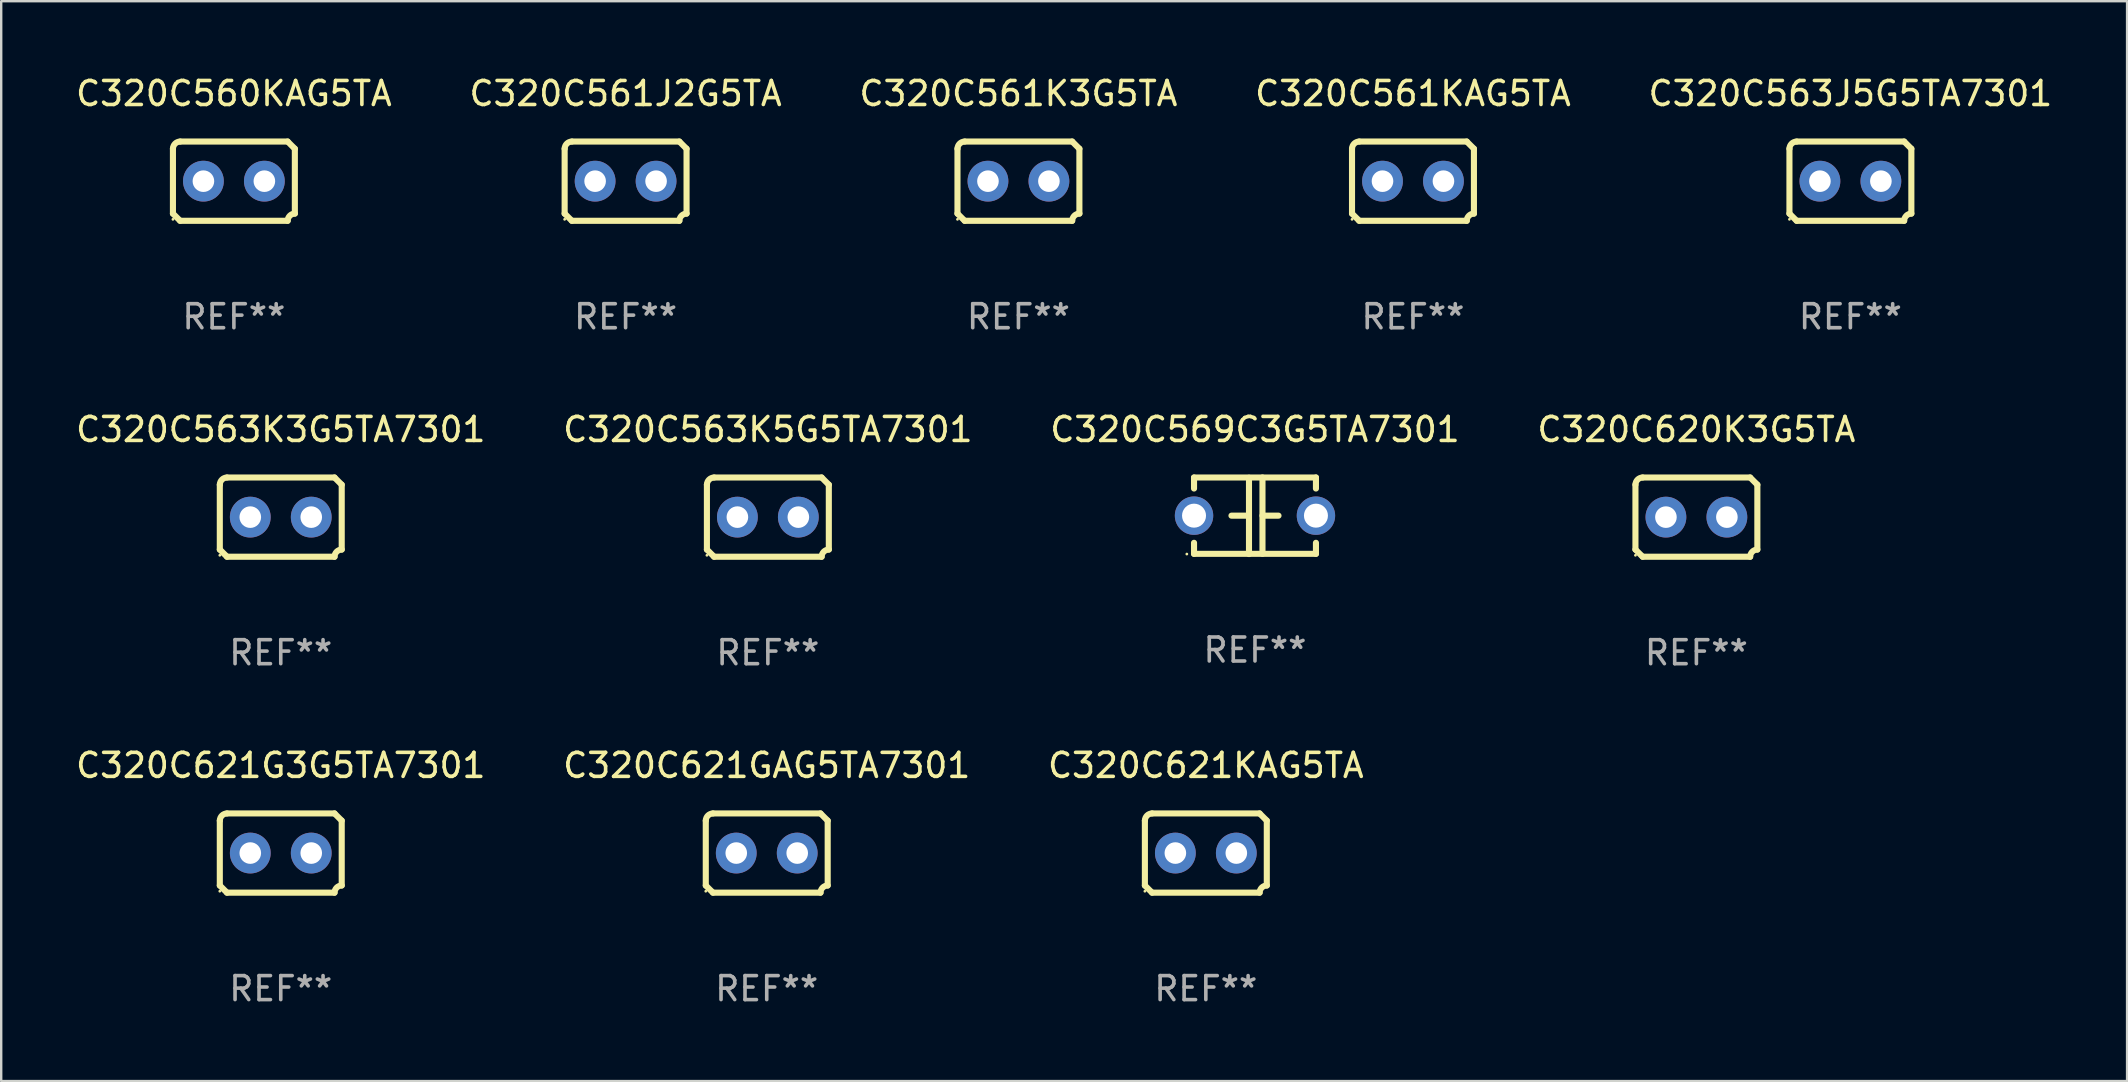
<source format=kicad_pcb>
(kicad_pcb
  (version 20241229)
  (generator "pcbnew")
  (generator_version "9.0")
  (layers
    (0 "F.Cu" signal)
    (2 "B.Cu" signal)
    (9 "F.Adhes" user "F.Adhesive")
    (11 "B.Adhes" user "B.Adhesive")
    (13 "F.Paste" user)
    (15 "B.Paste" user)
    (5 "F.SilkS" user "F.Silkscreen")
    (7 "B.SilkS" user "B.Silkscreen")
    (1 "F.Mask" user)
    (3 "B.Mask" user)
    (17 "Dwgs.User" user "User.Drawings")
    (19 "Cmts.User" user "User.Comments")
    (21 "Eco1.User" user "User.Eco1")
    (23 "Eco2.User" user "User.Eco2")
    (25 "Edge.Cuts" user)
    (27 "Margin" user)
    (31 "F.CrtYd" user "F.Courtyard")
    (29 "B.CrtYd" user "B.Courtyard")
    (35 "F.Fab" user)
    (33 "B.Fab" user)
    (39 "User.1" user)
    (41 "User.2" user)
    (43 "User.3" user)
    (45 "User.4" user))
  (footprint "C320C563K3G5TA7301"
    (layer "F.Cu")
    (at 8.649 18.498)
    (property "Reference" "C320C563K3G5TA7301" (at 0 -3.651 0) (layer "F.SilkS") (effects (font (size 1 1) (thickness 0.15))))
    (attr through_hole)
    (fp_line (start -2.54 -1.351) (end -2.54 1.351) (stroke (width 0.254) (type solid)) (layer "F.SilkS"))
    (fp_line (start -2.24 -1.651) (end 2.24 -1.651) (stroke (width 0.254) (type solid)) (layer "F.SilkS"))
    (fp_line (start 2.24 1.651) (end -2.24 1.651) (stroke (width 0.254) (type solid)) (layer "F.SilkS"))
    (fp_line (start 2.54 1.351) (end 2.54 -1.351) (stroke (width 0.254) (type solid)) (layer "F.SilkS"))
    (fp_arc (start -2.540005 -1.351283) (mid -2.450115 -1.561309) (end -2.240005 -1.651003) (stroke (width 0.254001) (type solid)) (layer "F.SilkS"))
    (fp_arc (start -2.240287 1.651001) (mid -2.390163 1.501019) (end -2.540005 1.351003) (stroke (width 0.254001) (type solid)) (layer "F.SilkS"))
    (fp_arc (start 2.240005 1.651003) (mid 2.329934 1.441015) (end 2.540005 1.351282) (stroke (width 0.254001) (type solid)) (layer "F.SilkS"))
    (fp_arc (start 2.540005 -1.351003) (mid 2.389393 -1.500252) (end 2.240284 -1.651003) (stroke (width 0.254001) (type solid)) (layer "F.SilkS"))
    (fp_circle (center -2.54 1.59) (end -2.51 1.59) (stroke (width 0.06) (type solid)) (fill no) (layer "F.SilkS"))
    (fp_text user "REF**" (at 0 5.651 0) (layer "F.Fab") (effects (font (size 1 1) (thickness 0.15))))
    (pad "1" thru_hole circle (at -1.27 0) (size 1.7 1.7) (drill 0.9) (layers "*.Cu" "*.Mask"))
    (pad "2" thru_hole circle (at 1.27 0) (size 1.7 1.7) (drill 0.9) (layers "*.Cu" "*.Mask")))
  (footprint "C320C561K3G5TA"
    (layer "F.Cu")
    (at 39.387 4.499)
    (property "Reference" "C320C561K3G5TA" (at 0 -3.651 0) (layer "F.SilkS") (effects (font (size 1 1) (thickness 0.15))))
    (attr through_hole)
    (fp_line (start -2.54 -1.351) (end -2.54 1.351) (stroke (width 0.254) (type solid)) (layer "F.SilkS"))
    (fp_line (start -2.24 -1.651) (end 2.24 -1.651) (stroke (width 0.254) (type solid)) (layer "F.SilkS"))
    (fp_line (start 2.24 1.651) (end -2.24 1.651) (stroke (width 0.254) (type solid)) (layer "F.SilkS"))
    (fp_line (start 2.54 1.351) (end 2.54 -1.351) (stroke (width 0.254) (type solid)) (layer "F.SilkS"))
    (fp_arc (start -2.540005 -1.351283) (mid -2.450115 -1.561309) (end -2.240005 -1.651003) (stroke (width 0.254001) (type solid)) (layer "F.SilkS"))
    (fp_arc (start -2.240287 1.651001) (mid -2.390163 1.501019) (end -2.540005 1.351003) (stroke (width 0.254001) (type solid)) (layer "F.SilkS"))
    (fp_arc (start 2.240005 1.651003) (mid 2.329934 1.441015) (end 2.540005 1.351282) (stroke (width 0.254001) (type solid)) (layer "F.SilkS"))
    (fp_arc (start 2.540005 -1.351003) (mid 2.389393 -1.500252) (end 2.240284 -1.651003) (stroke (width 0.254001) (type solid)) (layer "F.SilkS"))
    (fp_circle (center -2.54 1.59) (end -2.51 1.59) (stroke (width 0.06) (type solid)) (fill no) (layer "F.SilkS"))
    (fp_text user "REF**" (at 0 5.651 0) (layer "F.Fab") (effects (font (size 1 1) (thickness 0.15))))
    (pad "1" thru_hole circle (at -1.27 0) (size 1.7 1.7) (drill 0.9) (layers "*.Cu" "*.Mask"))
    (pad "2" thru_hole circle (at 1.27 0) (size 1.7 1.7) (drill 0.9) (layers "*.Cu" "*.Mask")))
  (footprint "C320C563J5G5TA7301"
    (layer "F.Cu")
    (at 74.054 4.499)
    (property "Reference" "C320C563J5G5TA7301" (at 0 -3.651 0) (layer "F.SilkS") (effects (font (size 1 1) (thickness 0.15))))
    (attr through_hole)
    (fp_line (start -2.54 -1.351) (end -2.54 1.351) (stroke (width 0.254) (type solid)) (layer "F.SilkS"))
    (fp_line (start -2.24 -1.651) (end 2.24 -1.651) (stroke (width 0.254) (type solid)) (layer "F.SilkS"))
    (fp_line (start 2.24 1.651) (end -2.24 1.651) (stroke (width 0.254) (type solid)) (layer "F.SilkS"))
    (fp_line (start 2.54 1.351) (end 2.54 -1.351) (stroke (width 0.254) (type solid)) (layer "F.SilkS"))
    (fp_arc (start -2.540005 -1.351283) (mid -2.450115 -1.561309) (end -2.240005 -1.651003) (stroke (width 0.254001) (type solid)) (layer "F.SilkS"))
    (fp_arc (start -2.240287 1.651001) (mid -2.390163 1.501019) (end -2.540005 1.351003) (stroke (width 0.254001) (type solid)) (layer "F.SilkS"))
    (fp_arc (start 2.240005 1.651003) (mid 2.329934 1.441015) (end 2.540005 1.351282) (stroke (width 0.254001) (type solid)) (layer "F.SilkS"))
    (fp_arc (start 2.540005 -1.351003) (mid 2.389393 -1.500252) (end 2.240284 -1.651003) (stroke (width 0.254001) (type solid)) (layer "F.SilkS"))
    (fp_circle (center -2.54 1.59) (end -2.51 1.59) (stroke (width 0.06) (type solid)) (fill no) (layer "F.SilkS"))
    (fp_text user "REF**" (at 0 5.651 0) (layer "F.Fab") (effects (font (size 1 1) (thickness 0.15))))
    (pad "1" thru_hole circle (at -1.27 0) (size 1.7 1.7) (drill 0.9) (layers "*.Cu" "*.Mask"))
    (pad "2" thru_hole circle (at 1.27 0) (size 1.7 1.7) (drill 0.9) (layers "*.Cu" "*.Mask")))
  (footprint "C320C563K5G5TA7301"
    (layer "F.Cu")
    (at 28.946 18.498)
    (property "Reference" "C320C563K5G5TA7301" (at 0 -3.651 0) (layer "F.SilkS") (effects (font (size 1 1) (thickness 0.15))))
    (attr through_hole)
    (fp_line (start -2.54 -1.351) (end -2.54 1.351) (stroke (width 0.254) (type solid)) (layer "F.SilkS"))
    (fp_line (start -2.24 -1.651) (end 2.24 -1.651) (stroke (width 0.254) (type solid)) (layer "F.SilkS"))
    (fp_line (start 2.24 1.651) (end -2.24 1.651) (stroke (width 0.254) (type solid)) (layer "F.SilkS"))
    (fp_line (start 2.54 1.351) (end 2.54 -1.351) (stroke (width 0.254) (type solid)) (layer "F.SilkS"))
    (fp_arc (start -2.540005 -1.351283) (mid -2.450115 -1.561309) (end -2.240005 -1.651003) (stroke (width 0.254001) (type solid)) (layer "F.SilkS"))
    (fp_arc (start -2.240287 1.651001) (mid -2.390163 1.501019) (end -2.540005 1.351003) (stroke (width 0.254001) (type solid)) (layer "F.SilkS"))
    (fp_arc (start 2.240005 1.651003) (mid 2.329934 1.441015) (end 2.540005 1.351282) (stroke (width 0.254001) (type solid)) (layer "F.SilkS"))
    (fp_arc (start 2.540005 -1.351003) (mid 2.389393 -1.500252) (end 2.240284 -1.651003) (stroke (width 0.254001) (type solid)) (layer "F.SilkS"))
    (fp_circle (center -2.54 1.59) (end -2.51 1.59) (stroke (width 0.06) (type solid)) (fill no) (layer "F.SilkS"))
    (fp_text user "REF**" (at 0 5.651 0) (layer "F.Fab") (effects (font (size 1 1) (thickness 0.15))))
    (pad "1" thru_hole circle (at -1.27 0) (size 1.7 1.7) (drill 0.9) (layers "*.Cu" "*.Mask"))
    (pad "2" thru_hole circle (at 1.27 0) (size 1.7 1.7) (drill 0.9) (layers "*.Cu" "*.Mask")))
  (footprint "C320C569C3G5TA7301"
    (layer "F.Cu")
    (at 49.244 18.442)
    (property "Reference" "C320C569C3G5TA7301" (at 0 -3.595 0) (layer "F.SilkS") (effects (font (size 1 1) (thickness 0.15))))
    (attr through_hole)
    (fp_line (start -2.54 -1.595) (end -2.54 -1.136) (stroke (width 0.254) (type solid)) (layer "F.SilkS"))
    (fp_line (start -2.54 -1.595) (end 2.54 -1.595) (stroke (width 0.254) (type solid)) (layer "F.SilkS"))
    (fp_line (start -2.54 1.126) (end -2.54 1.585) (stroke (width 0.254) (type solid)) (layer "F.SilkS"))
    (fp_line (start -0.312 -0.005) (end -0.98 -0.005) (stroke (width 0.254) (type solid)) (layer "F.SilkS"))
    (fp_line (start -0.25 -1.585) (end -0.25 1.595) (stroke (width 0.254) (type solid)) (layer "F.SilkS"))
    (fp_line (start 0.312 -1.595) (end 0.312 1.585) (stroke (width 0.254) (type solid)) (layer "F.SilkS"))
    (fp_line (start 0.312 -0.005) (end 0.98 -0.005) (stroke (width 0.254) (type solid)) (layer "F.SilkS"))
    (fp_line (start 2.54 -1.595) (end 2.54 -1.136) (stroke (width 0.254) (type solid)) (layer "F.SilkS"))
    (fp_line (start 2.54 1.126) (end 2.54 1.585) (stroke (width 0.254) (type solid)) (layer "F.SilkS"))
    (fp_line (start 2.54 1.585) (end -2.54 1.585) (stroke (width 0.254) (type solid)) (layer "F.SilkS"))
    (fp_circle (center -2.84 1.595) (end -2.81 1.595) (stroke (width 0.06) (type solid)) (fill no) (layer "F.SilkS"))
    (fp_text user "REF**" (at 0 5.595 0) (layer "F.Fab") (effects (font (size 1 1) (thickness 0.15))))
    (pad "1" thru_hole circle (at -2.54 -0.005) (size 1.6 1.6) (drill 1) (layers "*.Cu" "*.Mask"))
    (pad "2" thru_hole circle (at 2.54 -0.005) (size 1.6 1.6) (drill 1) (layers "*.Cu" "*.Mask")))
  (footprint "C320C620K3G5TA"
    (layer "F.Cu")
    (at 67.637 18.498)
    (property "Reference" "C320C620K3G5TA" (at 0 -3.651 0) (layer "F.SilkS") (effects (font (size 1 1) (thickness 0.15))))
    (attr through_hole)
    (fp_line (start -2.54 -1.351) (end -2.54 1.351) (stroke (width 0.254) (type solid)) (layer "F.SilkS"))
    (fp_line (start -2.24 -1.651) (end 2.24 -1.651) (stroke (width 0.254) (type solid)) (layer "F.SilkS"))
    (fp_line (start 2.24 1.651) (end -2.24 1.651) (stroke (width 0.254) (type solid)) (layer "F.SilkS"))
    (fp_line (start 2.54 1.351) (end 2.54 -1.351) (stroke (width 0.254) (type solid)) (layer "F.SilkS"))
    (fp_arc (start -2.540005 -1.351283) (mid -2.450115 -1.561309) (end -2.240005 -1.651003) (stroke (width 0.254001) (type solid)) (layer "F.SilkS"))
    (fp_arc (start -2.240287 1.651001) (mid -2.390163 1.501019) (end -2.540005 1.351003) (stroke (width 0.254001) (type solid)) (layer "F.SilkS"))
    (fp_arc (start 2.240005 1.651003) (mid 2.329934 1.441015) (end 2.540005 1.351282) (stroke (width 0.254001) (type solid)) (layer "F.SilkS"))
    (fp_arc (start 2.540005 -1.351003) (mid 2.389393 -1.500252) (end 2.240284 -1.651003) (stroke (width 0.254001) (type solid)) (layer "F.SilkS"))
    (fp_circle (center -2.54 1.59) (end -2.51 1.59) (stroke (width 0.06) (type solid)) (fill no) (layer "F.SilkS"))
    (fp_text user "REF**" (at 0 5.651 0) (layer "F.Fab") (effects (font (size 1 1) (thickness 0.15))))
    (pad "1" thru_hole circle (at -1.27 0) (size 1.7 1.7) (drill 0.9) (layers "*.Cu" "*.Mask"))
    (pad "2" thru_hole circle (at 1.27 0) (size 1.7 1.7) (drill 0.9) (layers "*.Cu" "*.Mask")))
  (footprint "C320C561J2G5TA"
    (layer "F.Cu")
    (at 23.018 4.499)
    (property "Reference" "C320C561J2G5TA" (at 0 -3.651 0) (layer "F.SilkS") (effects (font (size 1 1) (thickness 0.15))))
    (attr through_hole)
    (fp_line (start -2.54 -1.351) (end -2.54 1.351) (stroke (width 0.254) (type solid)) (layer "F.SilkS"))
    (fp_line (start -2.24 -1.651) (end 2.24 -1.651) (stroke (width 0.254) (type solid)) (layer "F.SilkS"))
    (fp_line (start 2.24 1.651) (end -2.24 1.651) (stroke (width 0.254) (type solid)) (layer "F.SilkS"))
    (fp_line (start 2.54 1.351) (end 2.54 -1.351) (stroke (width 0.254) (type solid)) (layer "F.SilkS"))
    (fp_arc (start -2.540005 -1.351283) (mid -2.450115 -1.561309) (end -2.240005 -1.651003) (stroke (width 0.254001) (type solid)) (layer "F.SilkS"))
    (fp_arc (start -2.240287 1.651001) (mid -2.390163 1.501019) (end -2.540005 1.351003) (stroke (width 0.254001) (type solid)) (layer "F.SilkS"))
    (fp_arc (start 2.240005 1.651003) (mid 2.329934 1.441015) (end 2.540005 1.351282) (stroke (width 0.254001) (type solid)) (layer "F.SilkS"))
    (fp_arc (start 2.540005 -1.351003) (mid 2.389393 -1.500252) (end 2.240284 -1.651003) (stroke (width 0.254001) (type solid)) (layer "F.SilkS"))
    (fp_circle (center -2.54 1.59) (end -2.51 1.59) (stroke (width 0.06) (type solid)) (fill no) (layer "F.SilkS"))
    (fp_text user "REF**" (at 0 5.651 0) (layer "F.Fab") (effects (font (size 1 1) (thickness 0.15))))
    (pad "1" thru_hole circle (at -1.27 0) (size 1.7 1.7) (drill 0.9) (layers "*.Cu" "*.Mask"))
    (pad "2" thru_hole circle (at 1.27 0) (size 1.7 1.7) (drill 0.9) (layers "*.Cu" "*.Mask")))
  (footprint "C320C560KAG5TA"
    (layer "F.Cu")
    (at 6.696 4.499)
    (property "Reference" "C320C560KAG5TA" (at 0 -3.651 0) (layer "F.SilkS") (effects (font (size 1 1) (thickness 0.15))))
    (attr through_hole)
    (fp_line (start -2.54 -1.351) (end -2.54 1.351) (stroke (width 0.254) (type solid)) (layer "F.SilkS"))
    (fp_line (start -2.24 -1.651) (end 2.24 -1.651) (stroke (width 0.254) (type solid)) (layer "F.SilkS"))
    (fp_line (start 2.24 1.651) (end -2.24 1.651) (stroke (width 0.254) (type solid)) (layer "F.SilkS"))
    (fp_line (start 2.54 1.351) (end 2.54 -1.351) (stroke (width 0.254) (type solid)) (layer "F.SilkS"))
    (fp_arc (start -2.540005 -1.351283) (mid -2.450115 -1.561309) (end -2.240005 -1.651003) (stroke (width 0.254001) (type solid)) (layer "F.SilkS"))
    (fp_arc (start -2.240287 1.651001) (mid -2.390163 1.501019) (end -2.540005 1.351003) (stroke (width 0.254001) (type solid)) (layer "F.SilkS"))
    (fp_arc (start 2.240005 1.651003) (mid 2.329934 1.441015) (end 2.540005 1.351282) (stroke (width 0.254001) (type solid)) (layer "F.SilkS"))
    (fp_arc (start 2.540005 -1.351003) (mid 2.389393 -1.500252) (end 2.240284 -1.651003) (stroke (width 0.254001) (type solid)) (layer "F.SilkS"))
    (fp_circle (center -2.54 1.59) (end -2.51 1.59) (stroke (width 0.06) (type solid)) (fill no) (layer "F.SilkS"))
    (fp_text user "REF**" (at 0 5.651 0) (layer "F.Fab") (effects (font (size 1 1) (thickness 0.15))))
    (pad "1" thru_hole circle (at -1.27 0) (size 1.7 1.7) (drill 0.9) (layers "*.Cu" "*.Mask"))
    (pad "2" thru_hole circle (at 1.27 0) (size 1.7 1.7) (drill 0.9) (layers "*.Cu" "*.Mask")))
  (footprint "C320C621GAG5TA7301"
    (layer "F.Cu")
    (at 28.899 32.496)
    (property "Reference" "C320C621GAG5TA7301" (at 0 -3.651 0) (layer "F.SilkS") (effects (font (size 1 1) (thickness 0.15))))
    (attr through_hole)
    (fp_line (start -2.54 -1.351) (end -2.54 1.351) (stroke (width 0.254) (type solid)) (layer "F.SilkS"))
    (fp_line (start -2.24 -1.651) (end 2.24 -1.651) (stroke (width 0.254) (type solid)) (layer "F.SilkS"))
    (fp_line (start 2.24 1.651) (end -2.24 1.651) (stroke (width 0.254) (type solid)) (layer "F.SilkS"))
    (fp_line (start 2.54 1.351) (end 2.54 -1.351) (stroke (width 0.254) (type solid)) (layer "F.SilkS"))
    (fp_arc (start -2.540005 -1.351283) (mid -2.450115 -1.561309) (end -2.240005 -1.651003) (stroke (width 0.254001) (type solid)) (layer "F.SilkS"))
    (fp_arc (start -2.240287 1.651001) (mid -2.390163 1.501019) (end -2.540005 1.351003) (stroke (width 0.254001) (type solid)) (layer "F.SilkS"))
    (fp_arc (start 2.240005 1.651003) (mid 2.329934 1.441015) (end 2.540005 1.351282) (stroke (width 0.254001) (type solid)) (layer "F.SilkS"))
    (fp_arc (start 2.540005 -1.351003) (mid 2.389393 -1.500252) (end 2.240284 -1.651003) (stroke (width 0.254001) (type solid)) (layer "F.SilkS"))
    (fp_circle (center -2.54 1.59) (end -2.51 1.59) (stroke (width 0.06) (type solid)) (fill no) (layer "F.SilkS"))
    (fp_text user "REF**" (at 0 5.651 0) (layer "F.Fab") (effects (font (size 1 1) (thickness 0.15))))
    (pad "1" thru_hole circle (at -1.27 0) (size 1.7 1.7) (drill 0.9) (layers "*.Cu" "*.Mask"))
    (pad "2" thru_hole circle (at 1.27 0) (size 1.7 1.7) (drill 0.9) (layers "*.Cu" "*.Mask")))
  (footprint "C320C621KAG5TA"
    (layer "F.Cu")
    (at 47.196 32.496)
    (property "Reference" "C320C621KAG5TA" (at 0 -3.651 0) (layer "F.SilkS") (effects (font (size 1 1) (thickness 0.15))))
    (attr through_hole)
    (fp_line (start -2.54 -1.351) (end -2.54 1.351) (stroke (width 0.254) (type solid)) (layer "F.SilkS"))
    (fp_line (start -2.24 -1.651) (end 2.24 -1.651) (stroke (width 0.254) (type solid)) (layer "F.SilkS"))
    (fp_line (start 2.24 1.651) (end -2.24 1.651) (stroke (width 0.254) (type solid)) (layer "F.SilkS"))
    (fp_line (start 2.54 1.351) (end 2.54 -1.351) (stroke (width 0.254) (type solid)) (layer "F.SilkS"))
    (fp_arc (start -2.540005 -1.351283) (mid -2.450115 -1.561309) (end -2.240005 -1.651003) (stroke (width 0.254001) (type solid)) (layer "F.SilkS"))
    (fp_arc (start -2.240287 1.651001) (mid -2.390163 1.501019) (end -2.540005 1.351003) (stroke (width 0.254001) (type solid)) (layer "F.SilkS"))
    (fp_arc (start 2.240005 1.651003) (mid 2.329934 1.441015) (end 2.540005 1.351282) (stroke (width 0.254001) (type solid)) (layer "F.SilkS"))
    (fp_arc (start 2.540005 -1.351003) (mid 2.389393 -1.500252) (end 2.240284 -1.651003) (stroke (width 0.254001) (type solid)) (layer "F.SilkS"))
    (fp_circle (center -2.54 1.59) (end -2.51 1.59) (stroke (width 0.06) (type solid)) (fill no) (layer "F.SilkS"))
    (fp_text user "REF**" (at 0 5.651 0) (layer "F.Fab") (effects (font (size 1 1) (thickness 0.15))))
    (pad "1" thru_hole circle (at -1.27 0) (size 1.7 1.7) (drill 0.9) (layers "*.Cu" "*.Mask"))
    (pad "2" thru_hole circle (at 1.27 0) (size 1.7 1.7) (drill 0.9) (layers "*.Cu" "*.Mask")))
  (footprint "C320C561KAG5TA"
    (layer "F.Cu")
    (at 55.827 4.499)
    (property "Reference" "C320C561KAG5TA" (at 0 -3.651 0) (layer "F.SilkS") (effects (font (size 1 1) (thickness 0.15))))
    (attr through_hole)
    (fp_line (start -2.54 -1.351) (end -2.54 1.351) (stroke (width 0.254) (type solid)) (layer "F.SilkS"))
    (fp_line (start -2.24 -1.651) (end 2.24 -1.651) (stroke (width 0.254) (type solid)) (layer "F.SilkS"))
    (fp_line (start 2.24 1.651) (end -2.24 1.651) (stroke (width 0.254) (type solid)) (layer "F.SilkS"))
    (fp_line (start 2.54 1.351) (end 2.54 -1.351) (stroke (width 0.254) (type solid)) (layer "F.SilkS"))
    (fp_arc (start -2.540005 -1.351283) (mid -2.450115 -1.561309) (end -2.240005 -1.651003) (stroke (width 0.254001) (type solid)) (layer "F.SilkS"))
    (fp_arc (start -2.240287 1.651001) (mid -2.390163 1.501019) (end -2.540005 1.351003) (stroke (width 0.254001) (type solid)) (layer "F.SilkS"))
    (fp_arc (start 2.240005 1.651003) (mid 2.329934 1.441015) (end 2.540005 1.351282) (stroke (width 0.254001) (type solid)) (layer "F.SilkS"))
    (fp_arc (start 2.540005 -1.351003) (mid 2.389393 -1.500252) (end 2.240284 -1.651003) (stroke (width 0.254001) (type solid)) (layer "F.SilkS"))
    (fp_circle (center -2.54 1.59) (end -2.51 1.59) (stroke (width 0.06) (type solid)) (fill no) (layer "F.SilkS"))
    (fp_text user "REF**" (at 0 5.651 0) (layer "F.Fab") (effects (font (size 1 1) (thickness 0.15))))
    (pad "1" thru_hole circle (at -1.27 0) (size 1.7 1.7) (drill 0.9) (layers "*.Cu" "*.Mask"))
    (pad "2" thru_hole circle (at 1.27 0) (size 1.7 1.7) (drill 0.9) (layers "*.Cu" "*.Mask")))
  (footprint "C320C621G3G5TA7301"
    (layer "F.Cu")
    (at 8.649 32.496)
    (property "Reference" "C320C621G3G5TA7301" (at 0 -3.651 0) (layer "F.SilkS") (effects (font (size 1 1) (thickness 0.15))))
    (attr through_hole)
    (fp_line (start -2.54 -1.351) (end -2.54 1.351) (stroke (width 0.254) (type solid)) (layer "F.SilkS"))
    (fp_line (start -2.24 -1.651) (end 2.24 -1.651) (stroke (width 0.254) (type solid)) (layer "F.SilkS"))
    (fp_line (start 2.24 1.651) (end -2.24 1.651) (stroke (width 0.254) (type solid)) (layer "F.SilkS"))
    (fp_line (start 2.54 1.351) (end 2.54 -1.351) (stroke (width 0.254) (type solid)) (layer "F.SilkS"))
    (fp_arc (start -2.540005 -1.351283) (mid -2.450115 -1.561309) (end -2.240005 -1.651003) (stroke (width 0.254001) (type solid)) (layer "F.SilkS"))
    (fp_arc (start -2.240287 1.651001) (mid -2.390163 1.501019) (end -2.540005 1.351003) (stroke (width 0.254001) (type solid)) (layer "F.SilkS"))
    (fp_arc (start 2.240005 1.651003) (mid 2.329934 1.441015) (end 2.540005 1.351282) (stroke (width 0.254001) (type solid)) (layer "F.SilkS"))
    (fp_arc (start 2.540005 -1.351003) (mid 2.389393 -1.500252) (end 2.240284 -1.651003) (stroke (width 0.254001) (type solid)) (layer "F.SilkS"))
    (fp_circle (center -2.54 1.59) (end -2.51 1.59) (stroke (width 0.06) (type solid)) (fill no) (layer "F.SilkS"))
    (fp_text user "REF**" (at 0 5.651 0) (layer "F.Fab") (effects (font (size 1 1) (thickness 0.15))))
    (pad "1" thru_hole circle (at -1.27 0) (size 1.7 1.7) (drill 0.9) (layers "*.Cu" "*.Mask"))
    (pad "2" thru_hole circle (at 1.27 0) (size 1.7 1.7) (drill 0.9) (layers "*.Cu" "*.Mask")))
  (gr_rect
    (start -3 -3)
    (end 85.583 41.996)
    (stroke (width 0.1) (type default))
    (fill no)
    (layer "Edge.Cuts")))
</source>
